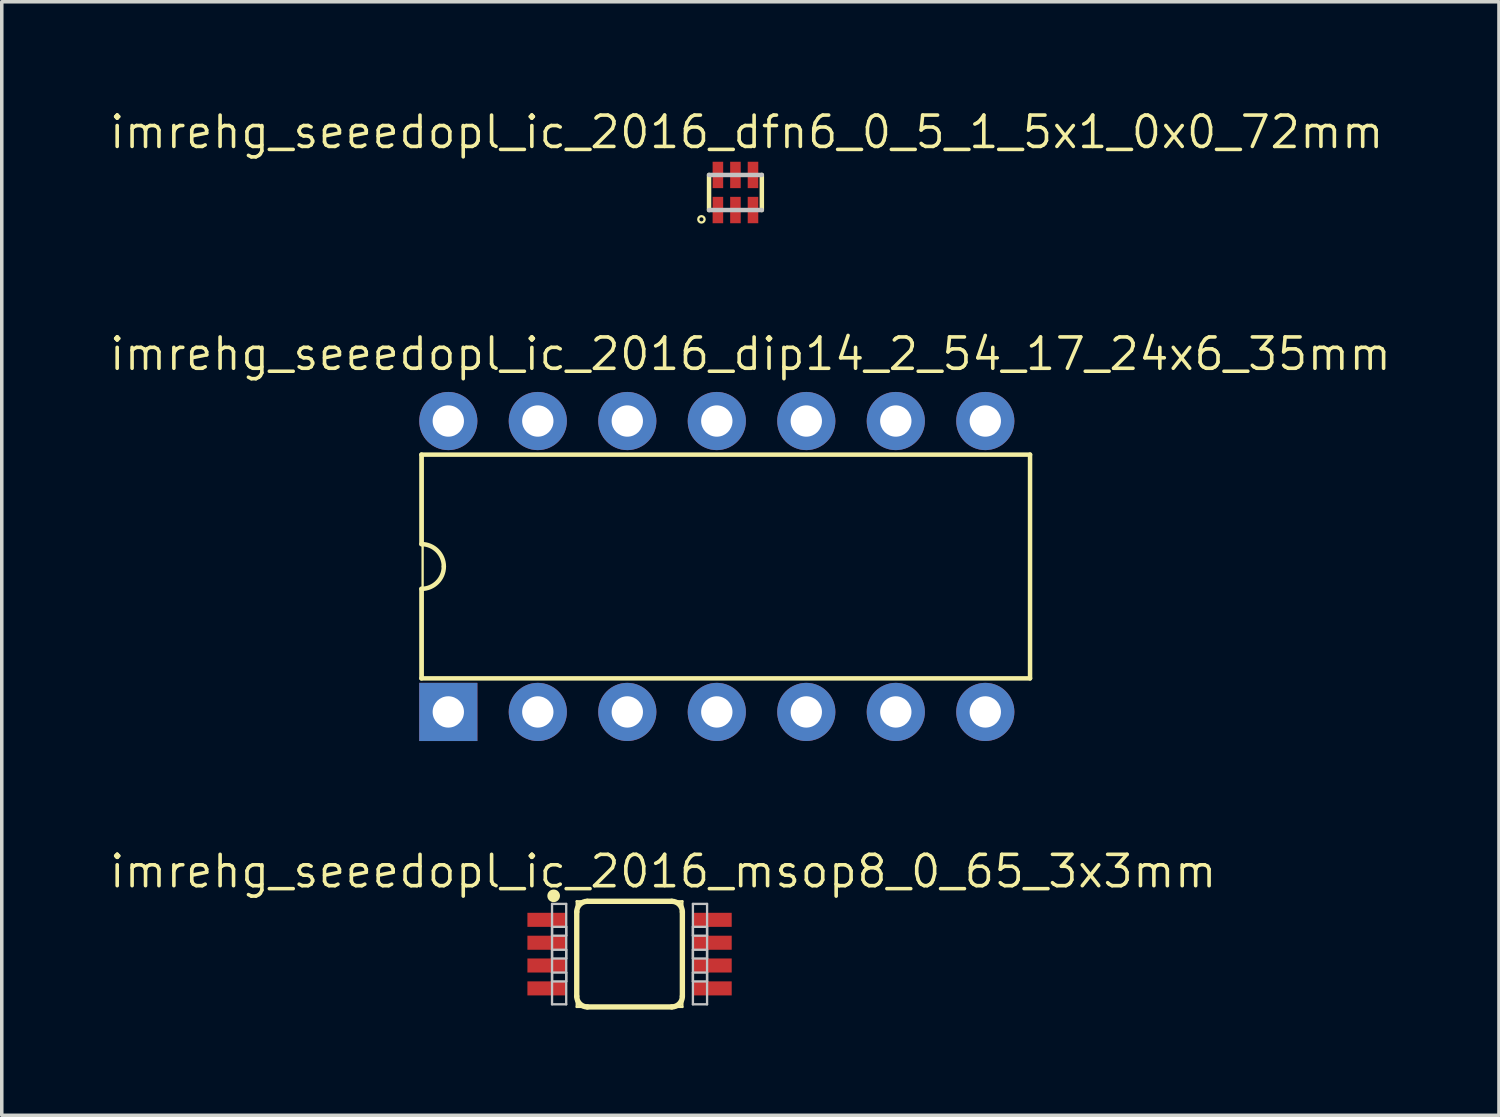
<source format=kicad_pcb>
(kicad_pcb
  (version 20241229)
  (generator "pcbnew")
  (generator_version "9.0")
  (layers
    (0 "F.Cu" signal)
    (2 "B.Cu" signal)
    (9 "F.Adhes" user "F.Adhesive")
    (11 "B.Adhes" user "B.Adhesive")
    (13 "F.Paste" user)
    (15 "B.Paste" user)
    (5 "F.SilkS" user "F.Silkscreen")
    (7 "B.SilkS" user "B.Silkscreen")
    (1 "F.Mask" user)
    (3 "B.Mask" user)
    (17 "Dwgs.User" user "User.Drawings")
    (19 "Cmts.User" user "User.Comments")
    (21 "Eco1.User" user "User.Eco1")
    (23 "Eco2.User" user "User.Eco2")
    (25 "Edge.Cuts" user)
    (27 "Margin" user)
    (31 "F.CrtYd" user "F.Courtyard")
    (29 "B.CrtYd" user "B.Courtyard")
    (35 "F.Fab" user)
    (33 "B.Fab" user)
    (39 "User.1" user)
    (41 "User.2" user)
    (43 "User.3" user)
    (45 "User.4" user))
  (footprint "imrehg_seeedopl_ic_2016_dfn6_0_5_1_5x1_0x0_72mm"
    (layer "F.Cu")
    (at 17.822 2.413)
    (property "Reference" "imrehg_seeedopl_ic_2016_dfn6_0_5_1_5x1_0x0_72mm" (at 0.318 -1.714 0) (layer "F.SilkS") (effects (font (size 0.889 0.889) (thickness 0.102))))
    (attr smd)
    (fp_line (start -0.749 0.498) (end -0.749 -0.498) (stroke (width 0.127) (type solid)) (layer "F.SilkS"))
    (fp_line (start 0.749 -0.498) (end 0.749 0.498) (stroke (width 0.127) (type solid)) (layer "F.SilkS"))
    (fp_circle (center -0.965 0.762) (end -1.029 0.826) (stroke (width 0.064) (type solid)) (fill no) (layer "F.SilkS"))
    (fp_line (start -0.749 -0.498) (end 0.749 -0.498) (stroke (width 0.127) (type solid)) (layer "Dwgs.User"))
    (fp_line (start 0.749 0.498) (end -0.749 0.498) (stroke (width 0.127) (type solid)) (layer "Dwgs.User"))
    (pad "1" smd rect (at -0.498 0.498 90) (size 0.749 0.3) (layers "F.Cu" "F.Mask" "F.Paste"))
    (pad "2" smd rect (at 0 0.498 90) (size 0.749 0.3) (layers "F.Cu" "F.Mask" "F.Paste"))
    (pad "3" smd rect (at 0.498 0.498 90) (size 0.749 0.3) (layers "F.Cu" "F.Mask" "F.Paste"))
    (pad "4" smd rect (at 0.498 -0.498 90) (size 0.749 0.3) (layers "F.Cu" "F.Mask" "F.Paste"))
    (pad "5" smd rect (at 0 -0.498 90) (size 0.749 0.3) (layers "F.Cu" "F.Mask" "F.Paste"))
    (pad "6" smd rect (at -0.498 -0.498 90) (size 0.749 0.3) (layers "F.Cu" "F.Mask" "F.Paste")))
  (footprint "imrehg_seeedopl_ic_2016_msop8_0_65_3x3mm"
    (layer "F.Cu")
    (at 14.817 24.028)
    (property "Reference" "imrehg_seeedopl_ic_2016_msop8_0_65_3x3mm" (at 0.953 -2.349 0) (layer "F.SilkS") (effects (font (size 0.889 0.889) (thickness 0.102))))
    (attr smd)
    (fp_line (start -1.499 -1.499) (end 1.499 -1.499) (stroke (width 0.066) (type solid)) (layer "F.SilkS"))
    (fp_line (start -1.499 -1.199) (end -1.499 1.199) (stroke (width 0.152) (type solid)) (layer "F.SilkS"))
    (fp_line (start -1.499 1.499) (end -1.499 -1.499) (stroke (width 0.066) (type solid)) (layer "F.SilkS"))
    (fp_line (start -1.499 1.499) (end 1.499 1.499) (stroke (width 0.066) (type solid)) (layer "F.SilkS"))
    (fp_line (start -1.199 -1.499) (end 1.199 -1.499) (stroke (width 0.152) (type solid)) (layer "F.SilkS"))
    (fp_line (start -1.199 1.499) (end 1.199 1.499) (stroke (width 0.152) (type solid)) (layer "F.SilkS"))
    (fp_line (start 1.499 1.199) (end 1.499 -1.199) (stroke (width 0.152) (type solid)) (layer "F.SilkS"))
    (fp_line (start 1.499 1.499) (end 1.499 -1.499) (stroke (width 0.066) (type solid)) (layer "F.SilkS"))
    (fp_arc (start -1.4986 -1.19888) (mid -1.410814 -1.410814) (end -1.19888 -1.4986) (stroke (width 0.1524) (type solid)) (layer "F.SilkS"))
    (fp_arc (start -1.19888 1.4986) (mid -1.410814 1.410814) (end -1.4986 1.19888) (stroke (width 0.1524) (type solid)) (layer "F.SilkS"))
    (fp_arc (start 1.19888 -1.4986) (mid 1.410814 -1.410814) (end 1.4986 -1.19888) (stroke (width 0.1524) (type solid)) (layer "F.SilkS"))
    (fp_arc (start 1.4986 1.19888) (mid 1.410814 1.410814) (end 1.19888 1.4986) (stroke (width 0.1524) (type solid)) (layer "F.SilkS"))
    (fp_circle (center -2.154 -1.654) (end -2.281 -1.781) (stroke (width 0) (type solid)) (fill yes) (layer "F.SilkS"))
    (fp_line (start -2.2 -1.425) (end -1.798 -1.425) (stroke (width 0.066) (type solid)) (layer "Dwgs.User"))
    (fp_line (start -2.2 -0.775) (end -1.798 -0.775) (stroke (width 0.066) (type solid)) (layer "Dwgs.User"))
    (fp_line (start -2.2 -0.523) (end -2.2 -1.425) (stroke (width 0.066) (type solid)) (layer "Dwgs.User"))
    (fp_line (start -2.2 -0.523) (end -1.798 -0.523) (stroke (width 0.066) (type solid)) (layer "Dwgs.User"))
    (fp_line (start -2.2 -0.124) (end -1.798 -0.124) (stroke (width 0.066) (type solid)) (layer "Dwgs.User"))
    (fp_line (start -2.2 0.124) (end -2.2 -0.775) (stroke (width 0.066) (type solid)) (layer "Dwgs.User"))
    (fp_line (start -2.2 0.124) (end -1.798 0.124) (stroke (width 0.066) (type solid)) (layer "Dwgs.User"))
    (fp_line (start -2.2 0.523) (end -1.798 0.523) (stroke (width 0.066) (type solid)) (layer "Dwgs.User"))
    (fp_line (start -2.2 0.775) (end -2.2 -0.124) (stroke (width 0.066) (type solid)) (layer "Dwgs.User"))
    (fp_line (start -2.2 0.775) (end -1.798 0.775) (stroke (width 0.066) (type solid)) (layer "Dwgs.User"))
    (fp_line (start -2.2 1.425) (end -2.2 0.523) (stroke (width 0.066) (type solid)) (layer "Dwgs.User"))
    (fp_line (start -2.2 1.425) (end -1.798 1.425) (stroke (width 0.066) (type solid)) (layer "Dwgs.User"))
    (fp_line (start -1.798 -0.523) (end -1.798 -1.425) (stroke (width 0.066) (type solid)) (layer "Dwgs.User"))
    (fp_line (start -1.798 0.124) (end -1.798 -0.775) (stroke (width 0.066) (type solid)) (layer "Dwgs.User"))
    (fp_line (start -1.798 0.775) (end -1.798 -0.124) (stroke (width 0.066) (type solid)) (layer "Dwgs.User"))
    (fp_line (start -1.798 1.425) (end -1.798 0.523) (stroke (width 0.066) (type solid)) (layer "Dwgs.User"))
    (fp_line (start 1.798 -1.425) (end 2.2 -1.425) (stroke (width 0.066) (type solid)) (layer "Dwgs.User"))
    (fp_line (start 1.798 -0.775) (end 2.2 -0.775) (stroke (width 0.066) (type solid)) (layer "Dwgs.User"))
    (fp_line (start 1.798 -0.523) (end 1.798 -1.425) (stroke (width 0.066) (type solid)) (layer "Dwgs.User"))
    (fp_line (start 1.798 -0.523) (end 2.2 -0.523) (stroke (width 0.066) (type solid)) (layer "Dwgs.User"))
    (fp_line (start 1.798 -0.124) (end 2.2 -0.124) (stroke (width 0.066) (type solid)) (layer "Dwgs.User"))
    (fp_line (start 1.798 0.124) (end 1.798 -0.775) (stroke (width 0.066) (type solid)) (layer "Dwgs.User"))
    (fp_line (start 1.798 0.124) (end 2.2 0.124) (stroke (width 0.066) (type solid)) (layer "Dwgs.User"))
    (fp_line (start 1.798 0.523) (end 2.2 0.523) (stroke (width 0.066) (type solid)) (layer "Dwgs.User"))
    (fp_line (start 1.798 0.775) (end 1.798 -0.124) (stroke (width 0.066) (type solid)) (layer "Dwgs.User"))
    (fp_line (start 1.798 0.775) (end 2.2 0.775) (stroke (width 0.066) (type solid)) (layer "Dwgs.User"))
    (fp_line (start 1.798 1.425) (end 1.798 0.523) (stroke (width 0.066) (type solid)) (layer "Dwgs.User"))
    (fp_line (start 1.798 1.425) (end 2.2 1.425) (stroke (width 0.066) (type solid)) (layer "Dwgs.User"))
    (fp_line (start 2.2 -0.523) (end 2.2 -1.425) (stroke (width 0.066) (type solid)) (layer "Dwgs.User"))
    (fp_line (start 2.2 0.124) (end 2.2 -0.775) (stroke (width 0.066) (type solid)) (layer "Dwgs.User"))
    (fp_line (start 2.2 0.775) (end 2.2 -0.124) (stroke (width 0.066) (type solid)) (layer "Dwgs.User"))
    (fp_line (start 2.2 1.425) (end 2.2 0.523) (stroke (width 0.066) (type solid)) (layer "Dwgs.User"))
    (pad "1" smd rect (at -2.349 -0.973 270) (size 0.399 1.1) (layers "F.Cu" "F.Mask" "F.Paste"))
    (pad "2" smd rect (at -2.349 -0.323 270) (size 0.399 1.1) (layers "F.Cu" "F.Mask" "F.Paste"))
    (pad "3" smd rect (at -2.349 0.323 270) (size 0.399 1.1) (layers "F.Cu" "F.Mask" "F.Paste"))
    (pad "4" smd rect (at -2.349 0.973 270) (size 0.399 1.1) (layers "F.Cu" "F.Mask" "F.Paste"))
    (pad "5" smd rect (at 2.349 0.973 270) (size 0.399 1.1) (layers "F.Cu" "F.Mask" "F.Paste"))
    (pad "6" smd rect (at 2.349 0.323 270) (size 0.399 1.1) (layers "F.Cu" "F.Mask" "F.Paste"))
    (pad "7" smd rect (at 2.349 -0.323 270) (size 0.399 1.1) (layers "F.Cu" "F.Mask" "F.Paste"))
    (pad "8" smd rect (at 2.349 -0.973 270) (size 0.399 1.1) (layers "F.Cu" "F.Mask" "F.Paste")))
  (footprint "imrehg_seeedopl_ic_2016_dip14_2_54_17_24x6_35mm"
    (layer "F.Cu")
    (at 17.293 13.027)
    (property "Reference" "imrehg_seeedopl_ic_2016_dip14_2_54_17_24x6_35mm" (at 0.953 -6.032 0) (layer "F.SilkS") (effects (font (size 0.889 0.889) (thickness 0.102))))
    (attr exclude_from_pos_files exclude_from_bom)
    (fp_line (start -8.382 -3.175) (end 8.89 -3.175) (stroke (width 0.127) (type solid)) (layer "F.SilkS"))
    (fp_line (start -8.382 -0.635) (end -8.382 -3.175) (stroke (width 0.127) (type solid)) (layer "F.SilkS"))
    (fp_line (start -8.382 3.175) (end -8.382 0.635) (stroke (width 0.127) (type solid)) (layer "F.SilkS"))
    (fp_line (start -8.349 -3.175) (end 8.89 -3.175) (stroke (width 0.066) (type solid)) (layer "F.SilkS"))
    (fp_line (start -8.349 3.175) (end -8.349 -3.175) (stroke (width 0.066) (type solid)) (layer "F.SilkS"))
    (fp_line (start -8.349 3.175) (end 8.89 3.175) (stroke (width 0.066) (type solid)) (layer "F.SilkS"))
    (fp_line (start 8.89 -3.175) (end 8.89 3.175) (stroke (width 0.127) (type solid)) (layer "F.SilkS"))
    (fp_line (start 8.89 3.175) (end -8.382 3.175) (stroke (width 0.127) (type solid)) (layer "F.SilkS"))
    (fp_line (start 8.89 3.175) (end 8.89 -3.175) (stroke (width 0.066) (type solid)) (layer "F.SilkS"))
    (fp_arc (start -8.382 -0.635) (mid -7.932987 -0.449013) (end -7.747 0) (stroke (width 0.127) (type solid)) (layer "F.SilkS"))
    (fp_arc (start -7.747 0) (mid -7.932987 0.449013) (end -8.382 0.635) (stroke (width 0.127) (type solid)) (layer "F.SilkS"))
    (pad "1" thru_hole rect (at -7.62 4.128) (size 1.651 1.651) (drill 0.889) (layers "*.Cu" "*.Paste" "*.Mask"))
    (pad "2" thru_hole circle (at -5.08 4.128) (size 1.651 1.651) (drill 0.889) (layers "*.Cu" "*.Paste" "*.Mask"))
    (pad "3" thru_hole circle (at -2.54 4.128) (size 1.651 1.651) (drill 0.889) (layers "*.Cu" "*.Paste" "*.Mask"))
    (pad "4" thru_hole circle (at 0 4.128) (size 1.651 1.651) (drill 0.889) (layers "*.Cu" "*.Paste" "*.Mask"))
    (pad "5" thru_hole circle (at 2.54 4.128) (size 1.651 1.651) (drill 0.889) (layers "*.Cu" "*.Paste" "*.Mask"))
    (pad "6" thru_hole circle (at 5.08 4.128) (size 1.651 1.651) (drill 0.889) (layers "*.Cu" "*.Paste" "*.Mask"))
    (pad "7" thru_hole circle (at 7.62 4.128) (size 1.651 1.651) (drill 0.889) (layers "*.Cu" "*.Paste" "*.Mask"))
    (pad "8" thru_hole circle (at 7.62 -4.128) (size 1.651 1.651) (drill 0.889) (layers "*.Cu" "*.Paste" "*.Mask"))
    (pad "9" thru_hole circle (at 5.08 -4.128) (size 1.651 1.651) (drill 0.889) (layers "*.Cu" "*.Paste" "*.Mask"))
    (pad "10" thru_hole circle (at 2.54 -4.128) (size 1.651 1.651) (drill 0.889) (layers "*.Cu" "*.Paste" "*.Mask"))
    (pad "11" thru_hole circle (at 0 -4.128) (size 1.651 1.651) (drill 0.889) (layers "*.Cu" "*.Paste" "*.Mask"))
    (pad "12" thru_hole circle (at -2.54 -4.128) (size 1.651 1.651) (drill 0.889) (layers "*.Cu" "*.Paste" "*.Mask"))
    (pad "13" thru_hole circle (at -5.08 -4.128) (size 1.651 1.651) (drill 0.889) (layers "*.Cu" "*.Paste" "*.Mask"))
    (pad "14" thru_hole circle (at -7.62 -4.128) (size 1.651 1.651) (drill 0.889) (layers "*.Cu" "*.Paste" "*.Mask")))
  (gr_rect
    (start -3 -3)
    (end 39.491 28.603)
    (stroke (width 0.1) (type default))
    (fill no)
    (layer "Edge.Cuts")))
</source>
